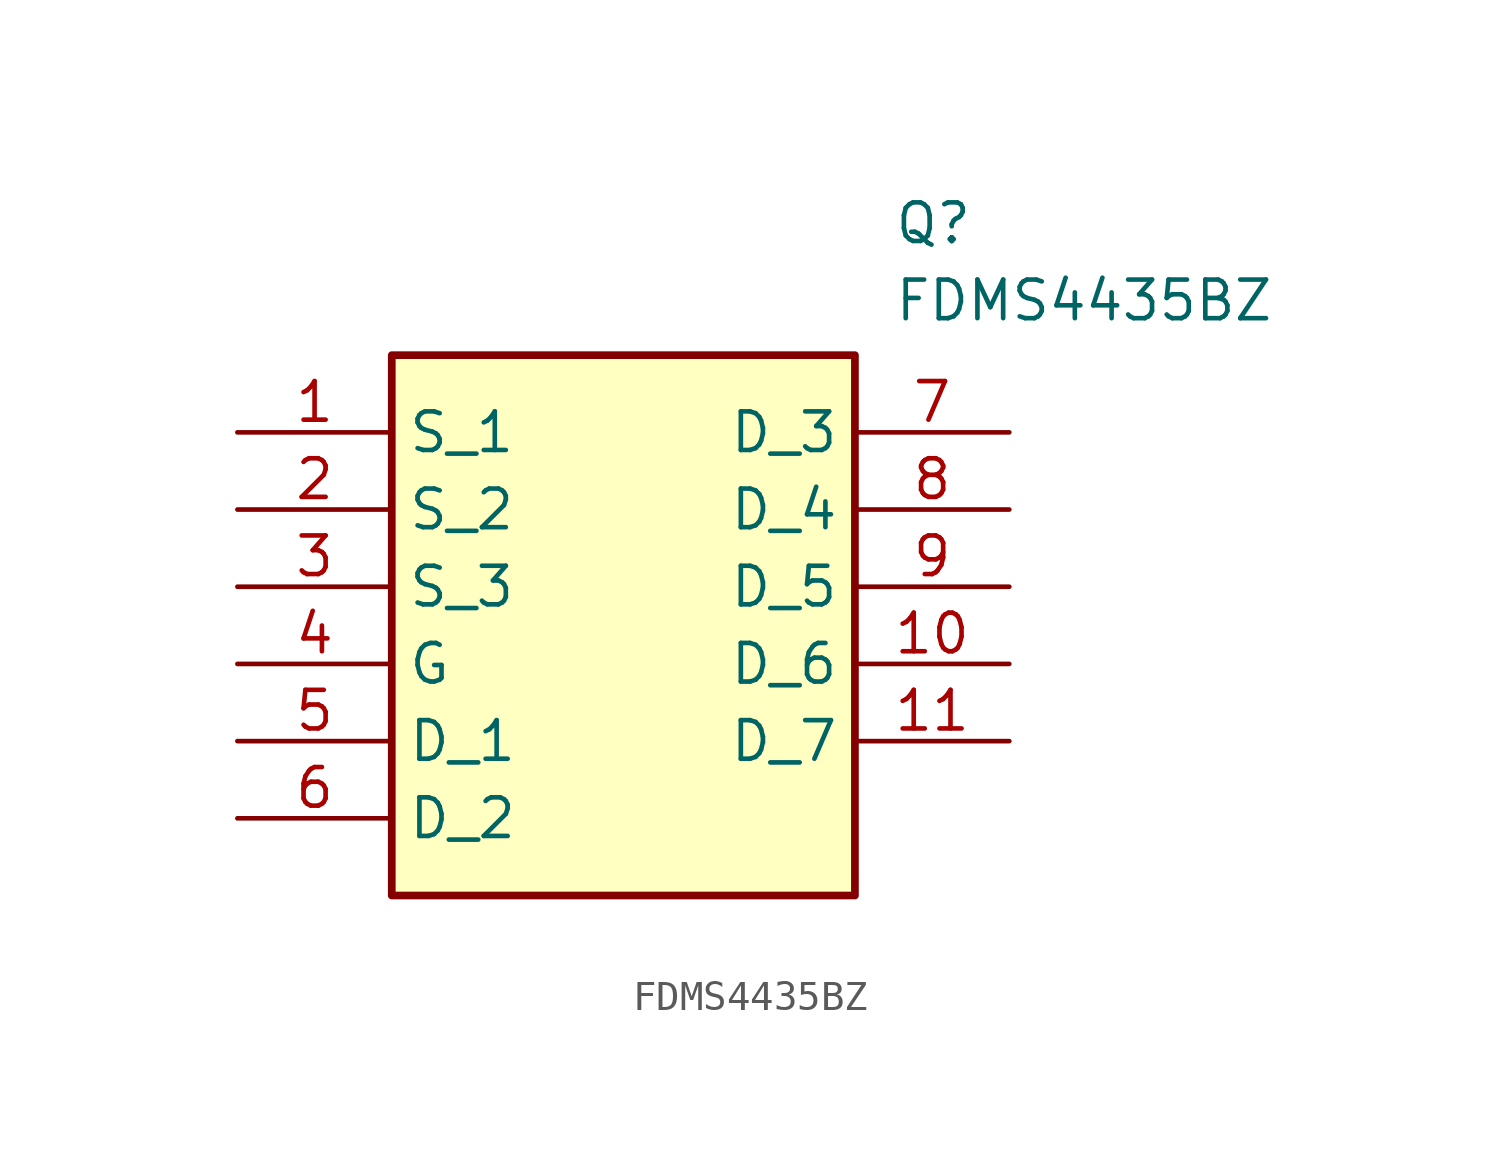
<source format=kicad_sym>
(kicad_symbol_lib
  (version 20211014)
  (generator SamacSys_ECAD_Model)
  (symbol "FDMS4435BZ"
    (property "Reference" "Q"
      (at 21.59 7.62 0)
      (effects (font (size 1.27 1.27)) (justify left top)))
    (property "Value" "FDMS4435BZ"
      (at 21.59 5.08 0)
      (effects (font (size 1.27 1.27)) (justify left top)))
    (rectangle
      (start 5.08 2.54)
      (end 20.32 -15.24)
      (stroke (width 0.254) (type default))
      (fill (type background)))
    (pin passive line
      (at 0 0 0)
      (length 5.08)
      (name "S_1" (effects (font (size 1.27 1.27))))
      (number "1" (effects (font (size 1.27 1.27)))))
    (pin passive line
      (at 0 -2.54 0)
      (length 5.08)
      (name "S_2" (effects (font (size 1.27 1.27))))
      (number "2" (effects (font (size 1.27 1.27)))))
    (pin passive line
      (at 0 -5.08 0)
      (length 5.08)
      (name "S_3" (effects (font (size 1.27 1.27))))
      (number "3" (effects (font (size 1.27 1.27)))))
    (pin passive line
      (at 0 -7.62 0)
      (length 5.08)
      (name "G" (effects (font (size 1.27 1.27))))
      (number "4" (effects (font (size 1.27 1.27)))))
    (pin passive line
      (at 0 -10.16 0)
      (length 5.08)
      (name "D_1" (effects (font (size 1.27 1.27))))
      (number "5" (effects (font (size 1.27 1.27)))))
    (pin passive line
      (at 0 -12.7 0)
      (length 5.08)
      (name "D_2" (effects (font (size 1.27 1.27))))
      (number "6" (effects (font (size 1.27 1.27)))))
    (pin passive line
      (at 25.4 0 180)
      (length 5.08)
      (name "D_3" (effects (font (size 1.27 1.27))))
      (number "7" (effects (font (size 1.27 1.27)))))
    (pin passive line
      (at 25.4 -2.54 180)
      (length 5.08)
      (name "D_4" (effects (font (size 1.27 1.27))))
      (number "8" (effects (font (size 1.27 1.27)))))
    (pin passive line
      (at 25.4 -5.08 180)
      (length 5.08)
      (name "D_5" (effects (font (size 1.27 1.27))))
      (number "9" (effects (font (size 1.27 1.27)))))
    (pin passive line
      (at 25.4 -7.62 180)
      (length 5.08)
      (name "D_6" (effects (font (size 1.27 1.27))))
      (number "10" (effects (font (size 1.27 1.27)))))
    (pin passive line
      (at 25.4 -10.16 180)
      (length 5.08)
      (name "D_7" (effects (font (size 1.27 1.27))))
      (number "11" (effects (font (size 1.27 1.27)))))))
</source>
